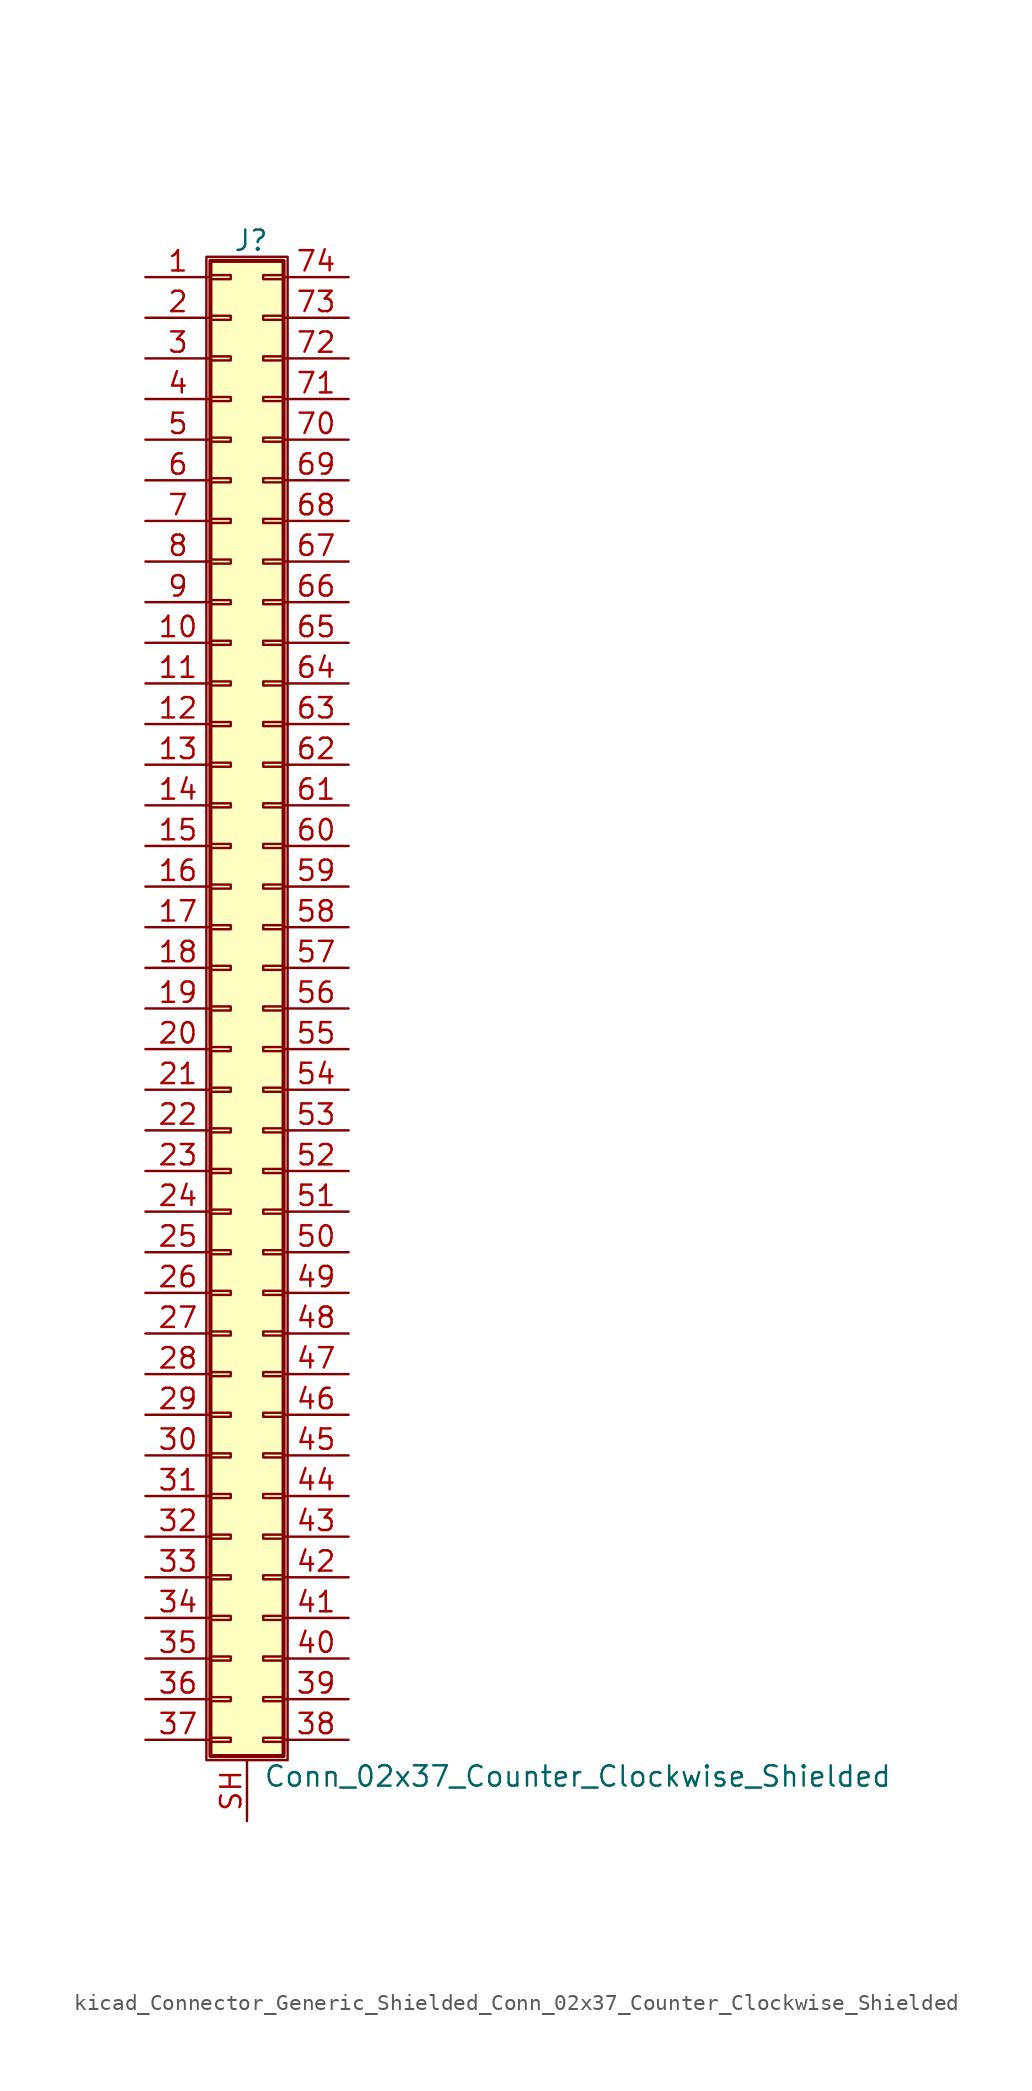
<source format=kicad_sym>
(kicad_symbol_lib
  (version 20220914)
  (generator kicad_symbol_editor)
  (symbol "kicad_Connector_Generic_Shielded_Conn_02x37_Counter_Clockwise_Shielded"
    (pin_names
      (offset 1.016) hide)
    (property "Reference" "J"
      (at 1.524 48.006 0)
      (effects (font (size 1.27 1.27))))
    (property "Value" "Conn_02x37_Counter_Clockwise_Shielded"
      (at 2.286 -48.006 0)
      (effects (font (size 1.27 1.27)) (justify left)))
    (symbol "kicad_Connector_Generic_Shielded_Conn_02x37_Counter_Clockwise_Shielded_1_1"
      (rectangle (start -1.27 46.99) (end 3.81 -46.99) (stroke (width 0.152) (type default)) (fill (type none)))
      (rectangle (start -1.016 -45.593) (end 0.254 -45.847) (stroke (width 0.152) (type default)) (fill (type none)))
      (rectangle (start -1.016 -43.053) (end 0.254 -43.307) (stroke (width 0.152) (type default)) (fill (type none)))
      (rectangle (start -1.016 -40.513) (end 0.254 -40.767) (stroke (width 0.152) (type default)) (fill (type none)))
      (rectangle (start -1.016 -37.973) (end 0.254 -38.227) (stroke (width 0.152) (type default)) (fill (type none)))
      (rectangle (start -1.016 -35.433) (end 0.254 -35.687) (stroke (width 0.152) (type default)) (fill (type none)))
      (rectangle (start -1.016 -32.893) (end 0.254 -33.147) (stroke (width 0.152) (type default)) (fill (type none)))
      (rectangle (start -1.016 -30.353) (end 0.254 -30.607) (stroke (width 0.152) (type default)) (fill (type none)))
      (rectangle (start -1.016 -27.813) (end 0.254 -28.067) (stroke (width 0.152) (type default)) (fill (type none)))
      (rectangle (start -1.016 -25.273) (end 0.254 -25.527) (stroke (width 0.152) (type default)) (fill (type none)))
      (rectangle (start -1.016 -22.733) (end 0.254 -22.987) (stroke (width 0.152) (type default)) (fill (type none)))
      (rectangle (start -1.016 -20.193) (end 0.254 -20.447) (stroke (width 0.152) (type default)) (fill (type none)))
      (rectangle (start -1.016 -17.653) (end 0.254 -17.907) (stroke (width 0.152) (type default)) (fill (type none)))
      (rectangle (start -1.016 -15.113) (end 0.254 -15.367) (stroke (width 0.152) (type default)) (fill (type none)))
      (rectangle (start -1.016 -12.573) (end 0.254 -12.827) (stroke (width 0.152) (type default)) (fill (type none)))
      (rectangle (start -1.016 -10.033) (end 0.254 -10.287) (stroke (width 0.152) (type default)) (fill (type none)))
      (rectangle (start -1.016 -7.493) (end 0.254 -7.747) (stroke (width 0.152) (type default)) (fill (type none)))
      (rectangle (start -1.016 -4.953) (end 0.254 -5.207) (stroke (width 0.152) (type default)) (fill (type none)))
      (rectangle (start -1.016 -2.413) (end 0.254 -2.667) (stroke (width 0.152) (type default)) (fill (type none)))
      (rectangle (start -1.016 0.127) (end 0.254 -0.127) (stroke (width 0.152) (type default)) (fill (type none)))
      (rectangle (start -1.016 2.667) (end 0.254 2.413) (stroke (width 0.152) (type default)) (fill (type none)))
      (rectangle (start -1.016 5.207) (end 0.254 4.953) (stroke (width 0.152) (type default)) (fill (type none)))
      (rectangle (start -1.016 7.747) (end 0.254 7.493) (stroke (width 0.152) (type default)) (fill (type none)))
      (rectangle (start -1.016 10.287) (end 0.254 10.033) (stroke (width 0.152) (type default)) (fill (type none)))
      (rectangle (start -1.016 12.827) (end 0.254 12.573) (stroke (width 0.152) (type default)) (fill (type none)))
      (rectangle (start -1.016 15.367) (end 0.254 15.113) (stroke (width 0.152) (type default)) (fill (type none)))
      (rectangle (start -1.016 17.907) (end 0.254 17.653) (stroke (width 0.152) (type default)) (fill (type none)))
      (rectangle (start -1.016 20.447) (end 0.254 20.193) (stroke (width 0.152) (type default)) (fill (type none)))
      (rectangle (start -1.016 22.987) (end 0.254 22.733) (stroke (width 0.152) (type default)) (fill (type none)))
      (rectangle (start -1.016 25.527) (end 0.254 25.273) (stroke (width 0.152) (type default)) (fill (type none)))
      (rectangle (start -1.016 28.067) (end 0.254 27.813) (stroke (width 0.152) (type default)) (fill (type none)))
      (rectangle (start -1.016 30.607) (end 0.254 30.353) (stroke (width 0.152) (type default)) (fill (type none)))
      (rectangle (start -1.016 33.147) (end 0.254 32.893) (stroke (width 0.152) (type default)) (fill (type none)))
      (rectangle (start -1.016 35.687) (end 0.254 35.433) (stroke (width 0.152) (type default)) (fill (type none)))
      (rectangle (start -1.016 38.227) (end 0.254 37.973) (stroke (width 0.152) (type default)) (fill (type none)))
      (rectangle (start -1.016 40.767) (end 0.254 40.513) (stroke (width 0.152) (type default)) (fill (type none)))
      (rectangle (start -1.016 43.307) (end 0.254 43.053) (stroke (width 0.152) (type default)) (fill (type none)))
      (rectangle (start -1.016 45.847) (end 0.254 45.593) (stroke (width 0.152) (type default)) (fill (type none)))
      (rectangle (start -1.016 46.736) (end 3.556 -46.736) (stroke (width 0.254) (type default)) (fill (type background)))
      (rectangle (start 3.556 -45.593) (end 2.286 -45.847) (stroke (width 0.152) (type default)) (fill (type none)))
      (rectangle (start 3.556 -43.053) (end 2.286 -43.307) (stroke (width 0.152) (type default)) (fill (type none)))
      (rectangle (start 3.556 -40.513) (end 2.286 -40.767) (stroke (width 0.152) (type default)) (fill (type none)))
      (rectangle (start 3.556 -37.973) (end 2.286 -38.227) (stroke (width 0.152) (type default)) (fill (type none)))
      (rectangle (start 3.556 -35.433) (end 2.286 -35.687) (stroke (width 0.152) (type default)) (fill (type none)))
      (rectangle (start 3.556 -32.893) (end 2.286 -33.147) (stroke (width 0.152) (type default)) (fill (type none)))
      (rectangle (start 3.556 -30.353) (end 2.286 -30.607) (stroke (width 0.152) (type default)) (fill (type none)))
      (rectangle (start 3.556 -27.813) (end 2.286 -28.067) (stroke (width 0.152) (type default)) (fill (type none)))
      (rectangle (start 3.556 -25.273) (end 2.286 -25.527) (stroke (width 0.152) (type default)) (fill (type none)))
      (rectangle (start 3.556 -22.733) (end 2.286 -22.987) (stroke (width 0.152) (type default)) (fill (type none)))
      (rectangle (start 3.556 -20.193) (end 2.286 -20.447) (stroke (width 0.152) (type default)) (fill (type none)))
      (rectangle (start 3.556 -17.653) (end 2.286 -17.907) (stroke (width 0.152) (type default)) (fill (type none)))
      (rectangle (start 3.556 -15.113) (end 2.286 -15.367) (stroke (width 0.152) (type default)) (fill (type none)))
      (rectangle (start 3.556 -12.573) (end 2.286 -12.827) (stroke (width 0.152) (type default)) (fill (type none)))
      (rectangle (start 3.556 -10.033) (end 2.286 -10.287) (stroke (width 0.152) (type default)) (fill (type none)))
      (rectangle (start 3.556 -7.493) (end 2.286 -7.747) (stroke (width 0.152) (type default)) (fill (type none)))
      (rectangle (start 3.556 -4.953) (end 2.286 -5.207) (stroke (width 0.152) (type default)) (fill (type none)))
      (rectangle (start 3.556 -2.413) (end 2.286 -2.667) (stroke (width 0.152) (type default)) (fill (type none)))
      (rectangle (start 3.556 0.127) (end 2.286 -0.127) (stroke (width 0.152) (type default)) (fill (type none)))
      (rectangle (start 3.556 2.667) (end 2.286 2.413) (stroke (width 0.152) (type default)) (fill (type none)))
      (rectangle (start 3.556 5.207) (end 2.286 4.953) (stroke (width 0.152) (type default)) (fill (type none)))
      (rectangle (start 3.556 7.747) (end 2.286 7.493) (stroke (width 0.152) (type default)) (fill (type none)))
      (rectangle (start 3.556 10.287) (end 2.286 10.033) (stroke (width 0.152) (type default)) (fill (type none)))
      (rectangle (start 3.556 12.827) (end 2.286 12.573) (stroke (width 0.152) (type default)) (fill (type none)))
      (rectangle (start 3.556 15.367) (end 2.286 15.113) (stroke (width 0.152) (type default)) (fill (type none)))
      (rectangle (start 3.556 17.907) (end 2.286 17.653) (stroke (width 0.152) (type default)) (fill (type none)))
      (rectangle (start 3.556 20.447) (end 2.286 20.193) (stroke (width 0.152) (type default)) (fill (type none)))
      (rectangle (start 3.556 22.987) (end 2.286 22.733) (stroke (width 0.152) (type default)) (fill (type none)))
      (rectangle (start 3.556 25.527) (end 2.286 25.273) (stroke (width 0.152) (type default)) (fill (type none)))
      (rectangle (start 3.556 28.067) (end 2.286 27.813) (stroke (width 0.152) (type default)) (fill (type none)))
      (rectangle (start 3.556 30.607) (end 2.286 30.353) (stroke (width 0.152) (type default)) (fill (type none)))
      (rectangle (start 3.556 33.147) (end 2.286 32.893) (stroke (width 0.152) (type default)) (fill (type none)))
      (rectangle (start 3.556 35.687) (end 2.286 35.433) (stroke (width 0.152) (type default)) (fill (type none)))
      (rectangle (start 3.556 38.227) (end 2.286 37.973) (stroke (width 0.152) (type default)) (fill (type none)))
      (rectangle (start 3.556 40.767) (end 2.286 40.513) (stroke (width 0.152) (type default)) (fill (type none)))
      (rectangle (start 3.556 43.307) (end 2.286 43.053) (stroke (width 0.152) (type default)) (fill (type none)))
      (rectangle (start 3.556 45.847) (end 2.286 45.593) (stroke (width 0.152) (type default)) (fill (type none)))
      (pin passive line (at -5.08 45.72 0) (length 4.064) (name "Pin_1" (effects (font (size 1.27 1.27)))) (number "1" (effects (font (size 1.27 1.27)))))
      (pin passive line (at -5.08 22.86 0) (length 4.064) (name "Pin_10" (effects (font (size 1.27 1.27)))) (number "10" (effects (font (size 1.27 1.27)))))
      (pin passive line (at -5.08 20.32 0) (length 4.064) (name "Pin_11" (effects (font (size 1.27 1.27)))) (number "11" (effects (font (size 1.27 1.27)))))
      (pin passive line (at -5.08 17.78 0) (length 4.064) (name "Pin_12" (effects (font (size 1.27 1.27)))) (number "12" (effects (font (size 1.27 1.27)))))
      (pin passive line (at -5.08 15.24 0) (length 4.064) (name "Pin_13" (effects (font (size 1.27 1.27)))) (number "13" (effects (font (size 1.27 1.27)))))
      (pin passive line (at -5.08 12.7 0) (length 4.064) (name "Pin_14" (effects (font (size 1.27 1.27)))) (number "14" (effects (font (size 1.27 1.27)))))
      (pin passive line (at -5.08 10.16 0) (length 4.064) (name "Pin_15" (effects (font (size 1.27 1.27)))) (number "15" (effects (font (size 1.27 1.27)))))
      (pin passive line (at -5.08 7.62 0) (length 4.064) (name "Pin_16" (effects (font (size 1.27 1.27)))) (number "16" (effects (font (size 1.27 1.27)))))
      (pin passive line (at -5.08 5.08 0) (length 4.064) (name "Pin_17" (effects (font (size 1.27 1.27)))) (number "17" (effects (font (size 1.27 1.27)))))
      (pin passive line (at -5.08 2.54 0) (length 4.064) (name "Pin_18" (effects (font (size 1.27 1.27)))) (number "18" (effects (font (size 1.27 1.27)))))
      (pin passive line (at -5.08 0 0) (length 4.064) (name "Pin_19" (effects (font (size 1.27 1.27)))) (number "19" (effects (font (size 1.27 1.27)))))
      (pin passive line (at -5.08 43.18 0) (length 4.064) (name "Pin_2" (effects (font (size 1.27 1.27)))) (number "2" (effects (font (size 1.27 1.27)))))
      (pin passive line (at -5.08 -2.54 0) (length 4.064) (name "Pin_20" (effects (font (size 1.27 1.27)))) (number "20" (effects (font (size 1.27 1.27)))))
      (pin passive line (at -5.08 -5.08 0) (length 4.064) (name "Pin_21" (effects (font (size 1.27 1.27)))) (number "21" (effects (font (size 1.27 1.27)))))
      (pin passive line (at -5.08 -7.62 0) (length 4.064) (name "Pin_22" (effects (font (size 1.27 1.27)))) (number "22" (effects (font (size 1.27 1.27)))))
      (pin passive line (at -5.08 -10.16 0) (length 4.064) (name "Pin_23" (effects (font (size 1.27 1.27)))) (number "23" (effects (font (size 1.27 1.27)))))
      (pin passive line (at -5.08 -12.7 0) (length 4.064) (name "Pin_24" (effects (font (size 1.27 1.27)))) (number "24" (effects (font (size 1.27 1.27)))))
      (pin passive line (at -5.08 -15.24 0) (length 4.064) (name "Pin_25" (effects (font (size 1.27 1.27)))) (number "25" (effects (font (size 1.27 1.27)))))
      (pin passive line (at -5.08 -17.78 0) (length 4.064) (name "Pin_26" (effects (font (size 1.27 1.27)))) (number "26" (effects (font (size 1.27 1.27)))))
      (pin passive line (at -5.08 -20.32 0) (length 4.064) (name "Pin_27" (effects (font (size 1.27 1.27)))) (number "27" (effects (font (size 1.27 1.27)))))
      (pin passive line (at -5.08 -22.86 0) (length 4.064) (name "Pin_28" (effects (font (size 1.27 1.27)))) (number "28" (effects (font (size 1.27 1.27)))))
      (pin passive line (at -5.08 -25.4 0) (length 4.064) (name "Pin_29" (effects (font (size 1.27 1.27)))) (number "29" (effects (font (size 1.27 1.27)))))
      (pin passive line (at -5.08 40.64 0) (length 4.064) (name "Pin_3" (effects (font (size 1.27 1.27)))) (number "3" (effects (font (size 1.27 1.27)))))
      (pin passive line (at -5.08 -27.94 0) (length 4.064) (name "Pin_30" (effects (font (size 1.27 1.27)))) (number "30" (effects (font (size 1.27 1.27)))))
      (pin passive line (at -5.08 -30.48 0) (length 4.064) (name "Pin_31" (effects (font (size 1.27 1.27)))) (number "31" (effects (font (size 1.27 1.27)))))
      (pin passive line (at -5.08 -33.02 0) (length 4.064) (name "Pin_32" (effects (font (size 1.27 1.27)))) (number "32" (effects (font (size 1.27 1.27)))))
      (pin passive line (at -5.08 -35.56 0) (length 4.064) (name "Pin_33" (effects (font (size 1.27 1.27)))) (number "33" (effects (font (size 1.27 1.27)))))
      (pin passive line (at -5.08 -38.1 0) (length 4.064) (name "Pin_34" (effects (font (size 1.27 1.27)))) (number "34" (effects (font (size 1.27 1.27)))))
      (pin passive line (at -5.08 -40.64 0) (length 4.064) (name "Pin_35" (effects (font (size 1.27 1.27)))) (number "35" (effects (font (size 1.27 1.27)))))
      (pin passive line (at -5.08 -43.18 0) (length 4.064) (name "Pin_36" (effects (font (size 1.27 1.27)))) (number "36" (effects (font (size 1.27 1.27)))))
      (pin passive line (at -5.08 -45.72 0) (length 4.064) (name "Pin_37" (effects (font (size 1.27 1.27)))) (number "37" (effects (font (size 1.27 1.27)))))
      (pin passive line (at 7.62 -45.72 180) (length 4.064) (name "Pin_38" (effects (font (size 1.27 1.27)))) (number "38" (effects (font (size 1.27 1.27)))))
      (pin passive line (at 7.62 -43.18 180) (length 4.064) (name "Pin_39" (effects (font (size 1.27 1.27)))) (number "39" (effects (font (size 1.27 1.27)))))
      (pin passive line (at -5.08 38.1 0) (length 4.064) (name "Pin_4" (effects (font (size 1.27 1.27)))) (number "4" (effects (font (size 1.27 1.27)))))
      (pin passive line (at 7.62 -40.64 180) (length 4.064) (name "Pin_40" (effects (font (size 1.27 1.27)))) (number "40" (effects (font (size 1.27 1.27)))))
      (pin passive line (at 7.62 -38.1 180) (length 4.064) (name "Pin_41" (effects (font (size 1.27 1.27)))) (number "41" (effects (font (size 1.27 1.27)))))
      (pin passive line (at 7.62 -35.56 180) (length 4.064) (name "Pin_42" (effects (font (size 1.27 1.27)))) (number "42" (effects (font (size 1.27 1.27)))))
      (pin passive line (at 7.62 -33.02 180) (length 4.064) (name "Pin_43" (effects (font (size 1.27 1.27)))) (number "43" (effects (font (size 1.27 1.27)))))
      (pin passive line (at 7.62 -30.48 180) (length 4.064) (name "Pin_44" (effects (font (size 1.27 1.27)))) (number "44" (effects (font (size 1.27 1.27)))))
      (pin passive line (at 7.62 -27.94 180) (length 4.064) (name "Pin_45" (effects (font (size 1.27 1.27)))) (number "45" (effects (font (size 1.27 1.27)))))
      (pin passive line (at 7.62 -25.4 180) (length 4.064) (name "Pin_46" (effects (font (size 1.27 1.27)))) (number "46" (effects (font (size 1.27 1.27)))))
      (pin passive line (at 7.62 -22.86 180) (length 4.064) (name "Pin_47" (effects (font (size 1.27 1.27)))) (number "47" (effects (font (size 1.27 1.27)))))
      (pin passive line (at 7.62 -20.32 180) (length 4.064) (name "Pin_48" (effects (font (size 1.27 1.27)))) (number "48" (effects (font (size 1.27 1.27)))))
      (pin passive line (at 7.62 -17.78 180) (length 4.064) (name "Pin_49" (effects (font (size 1.27 1.27)))) (number "49" (effects (font (size 1.27 1.27)))))
      (pin passive line (at -5.08 35.56 0) (length 4.064) (name "Pin_5" (effects (font (size 1.27 1.27)))) (number "5" (effects (font (size 1.27 1.27)))))
      (pin passive line (at 7.62 -15.24 180) (length 4.064) (name "Pin_50" (effects (font (size 1.27 1.27)))) (number "50" (effects (font (size 1.27 1.27)))))
      (pin passive line (at 7.62 -12.7 180) (length 4.064) (name "Pin_51" (effects (font (size 1.27 1.27)))) (number "51" (effects (font (size 1.27 1.27)))))
      (pin passive line (at 7.62 -10.16 180) (length 4.064) (name "Pin_52" (effects (font (size 1.27 1.27)))) (number "52" (effects (font (size 1.27 1.27)))))
      (pin passive line (at 7.62 -7.62 180) (length 4.064) (name "Pin_53" (effects (font (size 1.27 1.27)))) (number "53" (effects (font (size 1.27 1.27)))))
      (pin passive line (at 7.62 -5.08 180) (length 4.064) (name "Pin_54" (effects (font (size 1.27 1.27)))) (number "54" (effects (font (size 1.27 1.27)))))
      (pin passive line (at 7.62 -2.54 180) (length 4.064) (name "Pin_55" (effects (font (size 1.27 1.27)))) (number "55" (effects (font (size 1.27 1.27)))))
      (pin passive line (at 7.62 0 180) (length 4.064) (name "Pin_56" (effects (font (size 1.27 1.27)))) (number "56" (effects (font (size 1.27 1.27)))))
      (pin passive line (at 7.62 2.54 180) (length 4.064) (name "Pin_57" (effects (font (size 1.27 1.27)))) (number "57" (effects (font (size 1.27 1.27)))))
      (pin passive line (at 7.62 5.08 180) (length 4.064) (name "Pin_58" (effects (font (size 1.27 1.27)))) (number "58" (effects (font (size 1.27 1.27)))))
      (pin passive line (at 7.62 7.62 180) (length 4.064) (name "Pin_59" (effects (font (size 1.27 1.27)))) (number "59" (effects (font (size 1.27 1.27)))))
      (pin passive line (at -5.08 33.02 0) (length 4.064) (name "Pin_6" (effects (font (size 1.27 1.27)))) (number "6" (effects (font (size 1.27 1.27)))))
      (pin passive line (at 7.62 10.16 180) (length 4.064) (name "Pin_60" (effects (font (size 1.27 1.27)))) (number "60" (effects (font (size 1.27 1.27)))))
      (pin passive line (at 7.62 12.7 180) (length 4.064) (name "Pin_61" (effects (font (size 1.27 1.27)))) (number "61" (effects (font (size 1.27 1.27)))))
      (pin passive line (at 7.62 15.24 180) (length 4.064) (name "Pin_62" (effects (font (size 1.27 1.27)))) (number "62" (effects (font (size 1.27 1.27)))))
      (pin passive line (at 7.62 17.78 180) (length 4.064) (name "Pin_63" (effects (font (size 1.27 1.27)))) (number "63" (effects (font (size 1.27 1.27)))))
      (pin passive line (at 7.62 20.32 180) (length 4.064) (name "Pin_64" (effects (font (size 1.27 1.27)))) (number "64" (effects (font (size 1.27 1.27)))))
      (pin passive line (at 7.62 22.86 180) (length 4.064) (name "Pin_65" (effects (font (size 1.27 1.27)))) (number "65" (effects (font (size 1.27 1.27)))))
      (pin passive line (at 7.62 25.4 180) (length 4.064) (name "Pin_66" (effects (font (size 1.27 1.27)))) (number "66" (effects (font (size 1.27 1.27)))))
      (pin passive line (at 7.62 27.94 180) (length 4.064) (name "Pin_67" (effects (font (size 1.27 1.27)))) (number "67" (effects (font (size 1.27 1.27)))))
      (pin passive line (at 7.62 30.48 180) (length 4.064) (name "Pin_68" (effects (font (size 1.27 1.27)))) (number "68" (effects (font (size 1.27 1.27)))))
      (pin passive line (at 7.62 33.02 180) (length 4.064) (name "Pin_69" (effects (font (size 1.27 1.27)))) (number "69" (effects (font (size 1.27 1.27)))))
      (pin passive line (at -5.08 30.48 0) (length 4.064) (name "Pin_7" (effects (font (size 1.27 1.27)))) (number "7" (effects (font (size 1.27 1.27)))))
      (pin passive line (at 7.62 35.56 180) (length 4.064) (name "Pin_70" (effects (font (size 1.27 1.27)))) (number "70" (effects (font (size 1.27 1.27)))))
      (pin passive line (at 7.62 38.1 180) (length 4.064) (name "Pin_71" (effects (font (size 1.27 1.27)))) (number "71" (effects (font (size 1.27 1.27)))))
      (pin passive line (at 7.62 40.64 180) (length 4.064) (name "Pin_72" (effects (font (size 1.27 1.27)))) (number "72" (effects (font (size 1.27 1.27)))))
      (pin passive line (at 7.62 43.18 180) (length 4.064) (name "Pin_73" (effects (font (size 1.27 1.27)))) (number "73" (effects (font (size 1.27 1.27)))))
      (pin passive line (at 7.62 45.72 180) (length 4.064) (name "Pin_74" (effects (font (size 1.27 1.27)))) (number "74" (effects (font (size 1.27 1.27)))))
      (pin passive line (at -5.08 27.94 0) (length 4.064) (name "Pin_8" (effects (font (size 1.27 1.27)))) (number "8" (effects (font (size 1.27 1.27)))))
      (pin passive line (at -5.08 25.4 0) (length 4.064) (name "Pin_9" (effects (font (size 1.27 1.27)))) (number "9" (effects (font (size 1.27 1.27)))))
      (pin passive line (at 1.27 -50.8 90) (length 3.81) (name "Shield" (effects (font (size 1.27 1.27)))) (number "SH" (effects (font (size 1.27 1.27))))))))
</source>
